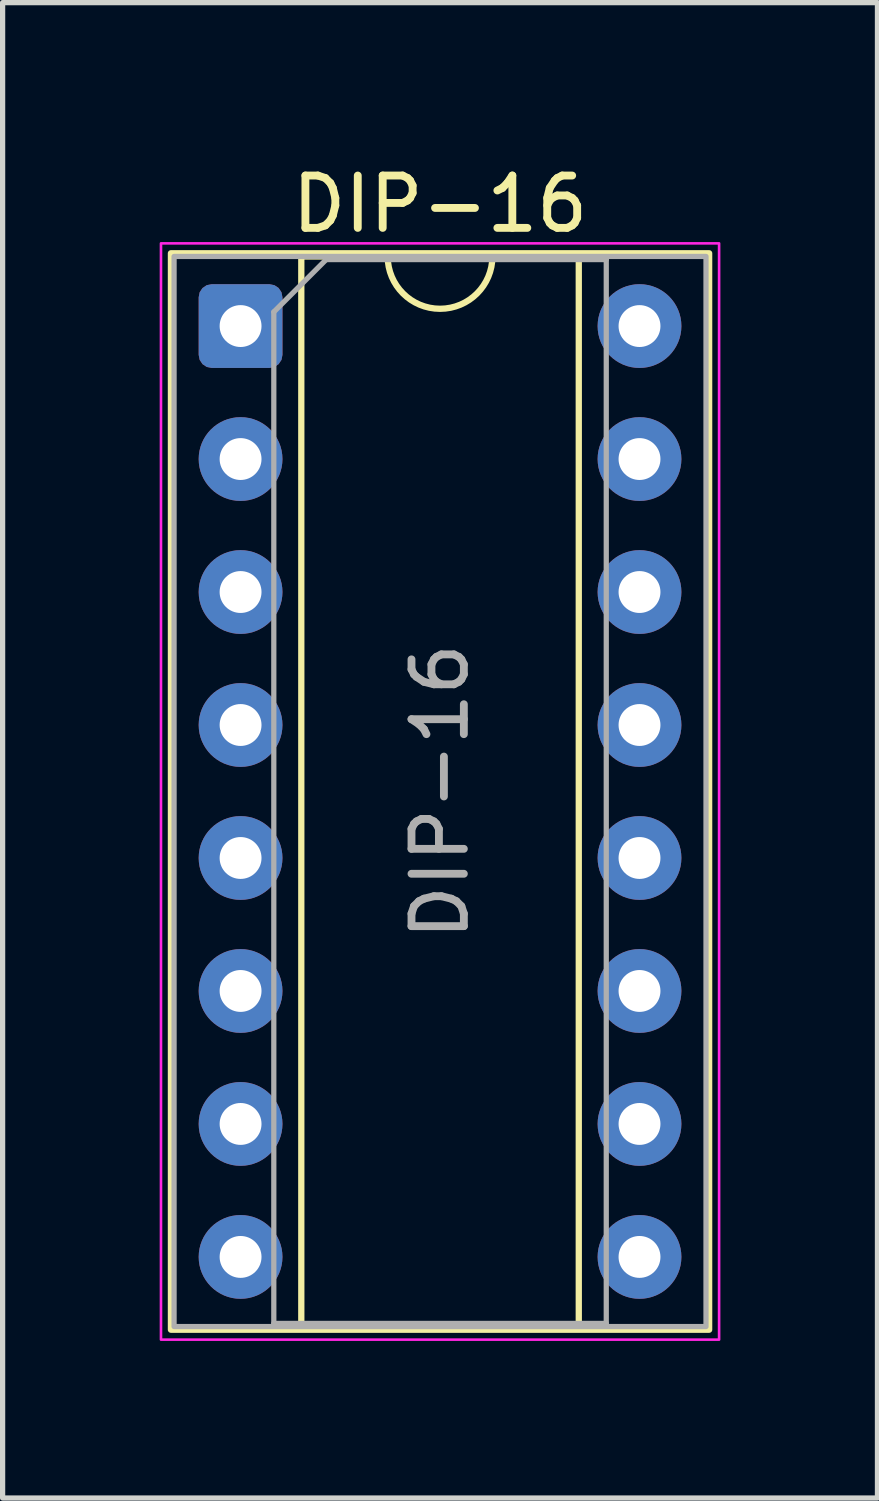
<source format=kicad_pcb>
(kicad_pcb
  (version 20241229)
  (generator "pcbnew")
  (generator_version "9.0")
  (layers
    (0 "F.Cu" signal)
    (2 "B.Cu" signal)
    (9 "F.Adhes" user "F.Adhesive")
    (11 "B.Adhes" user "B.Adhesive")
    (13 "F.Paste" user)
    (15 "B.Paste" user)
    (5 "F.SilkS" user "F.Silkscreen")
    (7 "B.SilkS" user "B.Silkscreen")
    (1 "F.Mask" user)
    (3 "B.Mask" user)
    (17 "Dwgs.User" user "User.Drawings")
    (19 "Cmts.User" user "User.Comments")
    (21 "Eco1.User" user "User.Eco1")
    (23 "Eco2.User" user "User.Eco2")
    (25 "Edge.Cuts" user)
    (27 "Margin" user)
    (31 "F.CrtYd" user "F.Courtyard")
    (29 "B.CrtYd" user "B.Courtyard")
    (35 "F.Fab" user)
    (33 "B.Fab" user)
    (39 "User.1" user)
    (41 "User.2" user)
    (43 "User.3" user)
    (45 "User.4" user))
  (footprint "DIP-16"
    (layer "F.Cu")
    (at 1.545 3.178)
    (property "Reference" "DIP-16" (at 3.81 -2.33 0) (layer "F.SilkS") (effects (font (size 1 1) (thickness 0.15))))
    (attr through_hole)
    (fp_line (start 1.16 -1.33) (end 1.16 19.11) (stroke (width 0.12) (type solid)) (layer "F.SilkS"))
    (fp_line (start 1.16 19.11) (end 6.46 19.11) (stroke (width 0.12) (type solid)) (layer "F.SilkS"))
    (fp_line (start 2.81 -1.33) (end 1.16 -1.33) (stroke (width 0.12) (type solid)) (layer "F.SilkS"))
    (fp_line (start 6.46 -1.33) (end 4.81 -1.33) (stroke (width 0.12) (type solid)) (layer "F.SilkS"))
    (fp_line (start 6.46 19.11) (end 6.46 -1.33) (stroke (width 0.12) (type solid)) (layer "F.SilkS"))
    (fp_rect (start -1.33 -1.39) (end 8.95 19.17) (stroke (width 0.12) (type solid)) (fill no) (layer "F.SilkS"))
    (fp_arc (start 4.81 -1.33) (mid 3.81 -0.33) (end 2.81 -1.33) (stroke (width 0.12) (type solid)) (layer "F.SilkS"))
    (fp_rect (start -1.52 -1.58) (end 9.14 19.36) (stroke (width 0.05) (type solid)) (fill no) (layer "F.CrtYd"))
    (fp_line (start 0.635 -0.27) (end 1.635 -1.27) (stroke (width 0.1) (type solid)) (layer "F.Fab"))
    (fp_line (start 0.635 19.05) (end 0.635 -0.27) (stroke (width 0.1) (type solid)) (layer "F.Fab"))
    (fp_line (start 1.635 -1.27) (end 6.985 -1.27) (stroke (width 0.1) (type solid)) (layer "F.Fab"))
    (fp_line (start 6.985 -1.27) (end 6.985 19.05) (stroke (width 0.1) (type solid)) (layer "F.Fab"))
    (fp_line (start 6.985 19.05) (end 0.635 19.05) (stroke (width 0.1) (type solid)) (layer "F.Fab"))
    (fp_rect (start -1.27 -1.33) (end 8.89 19.11) (stroke (width 0.1) (type solid)) (fill no) (layer "F.Fab"))
    (fp_text user "${REFERENCE}" (at 3.81 8.89 90) (layer "F.Fab") (effects (font (size 1 1) (thickness 0.15))))
    (pad "1" thru_hole roundrect (at 0 0) (size 1.6 1.6) (drill 0.8) (layers "*.Cu" "*.Mask") (roundrect_rratio 0.156))
    (pad "2" thru_hole circle (at 0 2.54) (size 1.6 1.6) (drill 0.8) (layers "*.Cu" "*.Mask"))
    (pad "3" thru_hole circle (at 0 5.08) (size 1.6 1.6) (drill 0.8) (layers "*.Cu" "*.Mask"))
    (pad "4" thru_hole circle (at 0 7.62) (size 1.6 1.6) (drill 0.8) (layers "*.Cu" "*.Mask"))
    (pad "5" thru_hole circle (at 0 10.16) (size 1.6 1.6) (drill 0.8) (layers "*.Cu" "*.Mask"))
    (pad "6" thru_hole circle (at 0 12.7) (size 1.6 1.6) (drill 0.8) (layers "*.Cu" "*.Mask"))
    (pad "7" thru_hole circle (at 0 15.24) (size 1.6 1.6) (drill 0.8) (layers "*.Cu" "*.Mask"))
    (pad "8" thru_hole circle (at 0 17.78) (size 1.6 1.6) (drill 0.8) (layers "*.Cu" "*.Mask"))
    (pad "9" thru_hole circle (at 7.62 17.78) (size 1.6 1.6) (drill 0.8) (layers "*.Cu" "*.Mask"))
    (pad "10" thru_hole circle (at 7.62 15.24) (size 1.6 1.6) (drill 0.8) (layers "*.Cu" "*.Mask"))
    (pad "11" thru_hole circle (at 7.62 12.7) (size 1.6 1.6) (drill 0.8) (layers "*.Cu" "*.Mask"))
    (pad "12" thru_hole circle (at 7.62 10.16) (size 1.6 1.6) (drill 0.8) (layers "*.Cu" "*.Mask"))
    (pad "13" thru_hole circle (at 7.62 7.62) (size 1.6 1.6) (drill 0.8) (layers "*.Cu" "*.Mask"))
    (pad "14" thru_hole circle (at 7.62 5.08) (size 1.6 1.6) (drill 0.8) (layers "*.Cu" "*.Mask"))
    (pad "15" thru_hole circle (at 7.62 2.54) (size 1.6 1.6) (drill 0.8) (layers "*.Cu" "*.Mask"))
    (pad "16" thru_hole circle (at 7.62 0) (size 1.6 1.6) (drill 0.8) (layers "*.Cu" "*.Mask")))
  (gr_rect
    (start -3 -3)
    (end 13.71 25.563)
    (stroke (width 0.1) (type default))
    (fill no)
    (layer "Edge.Cuts")))
</source>
